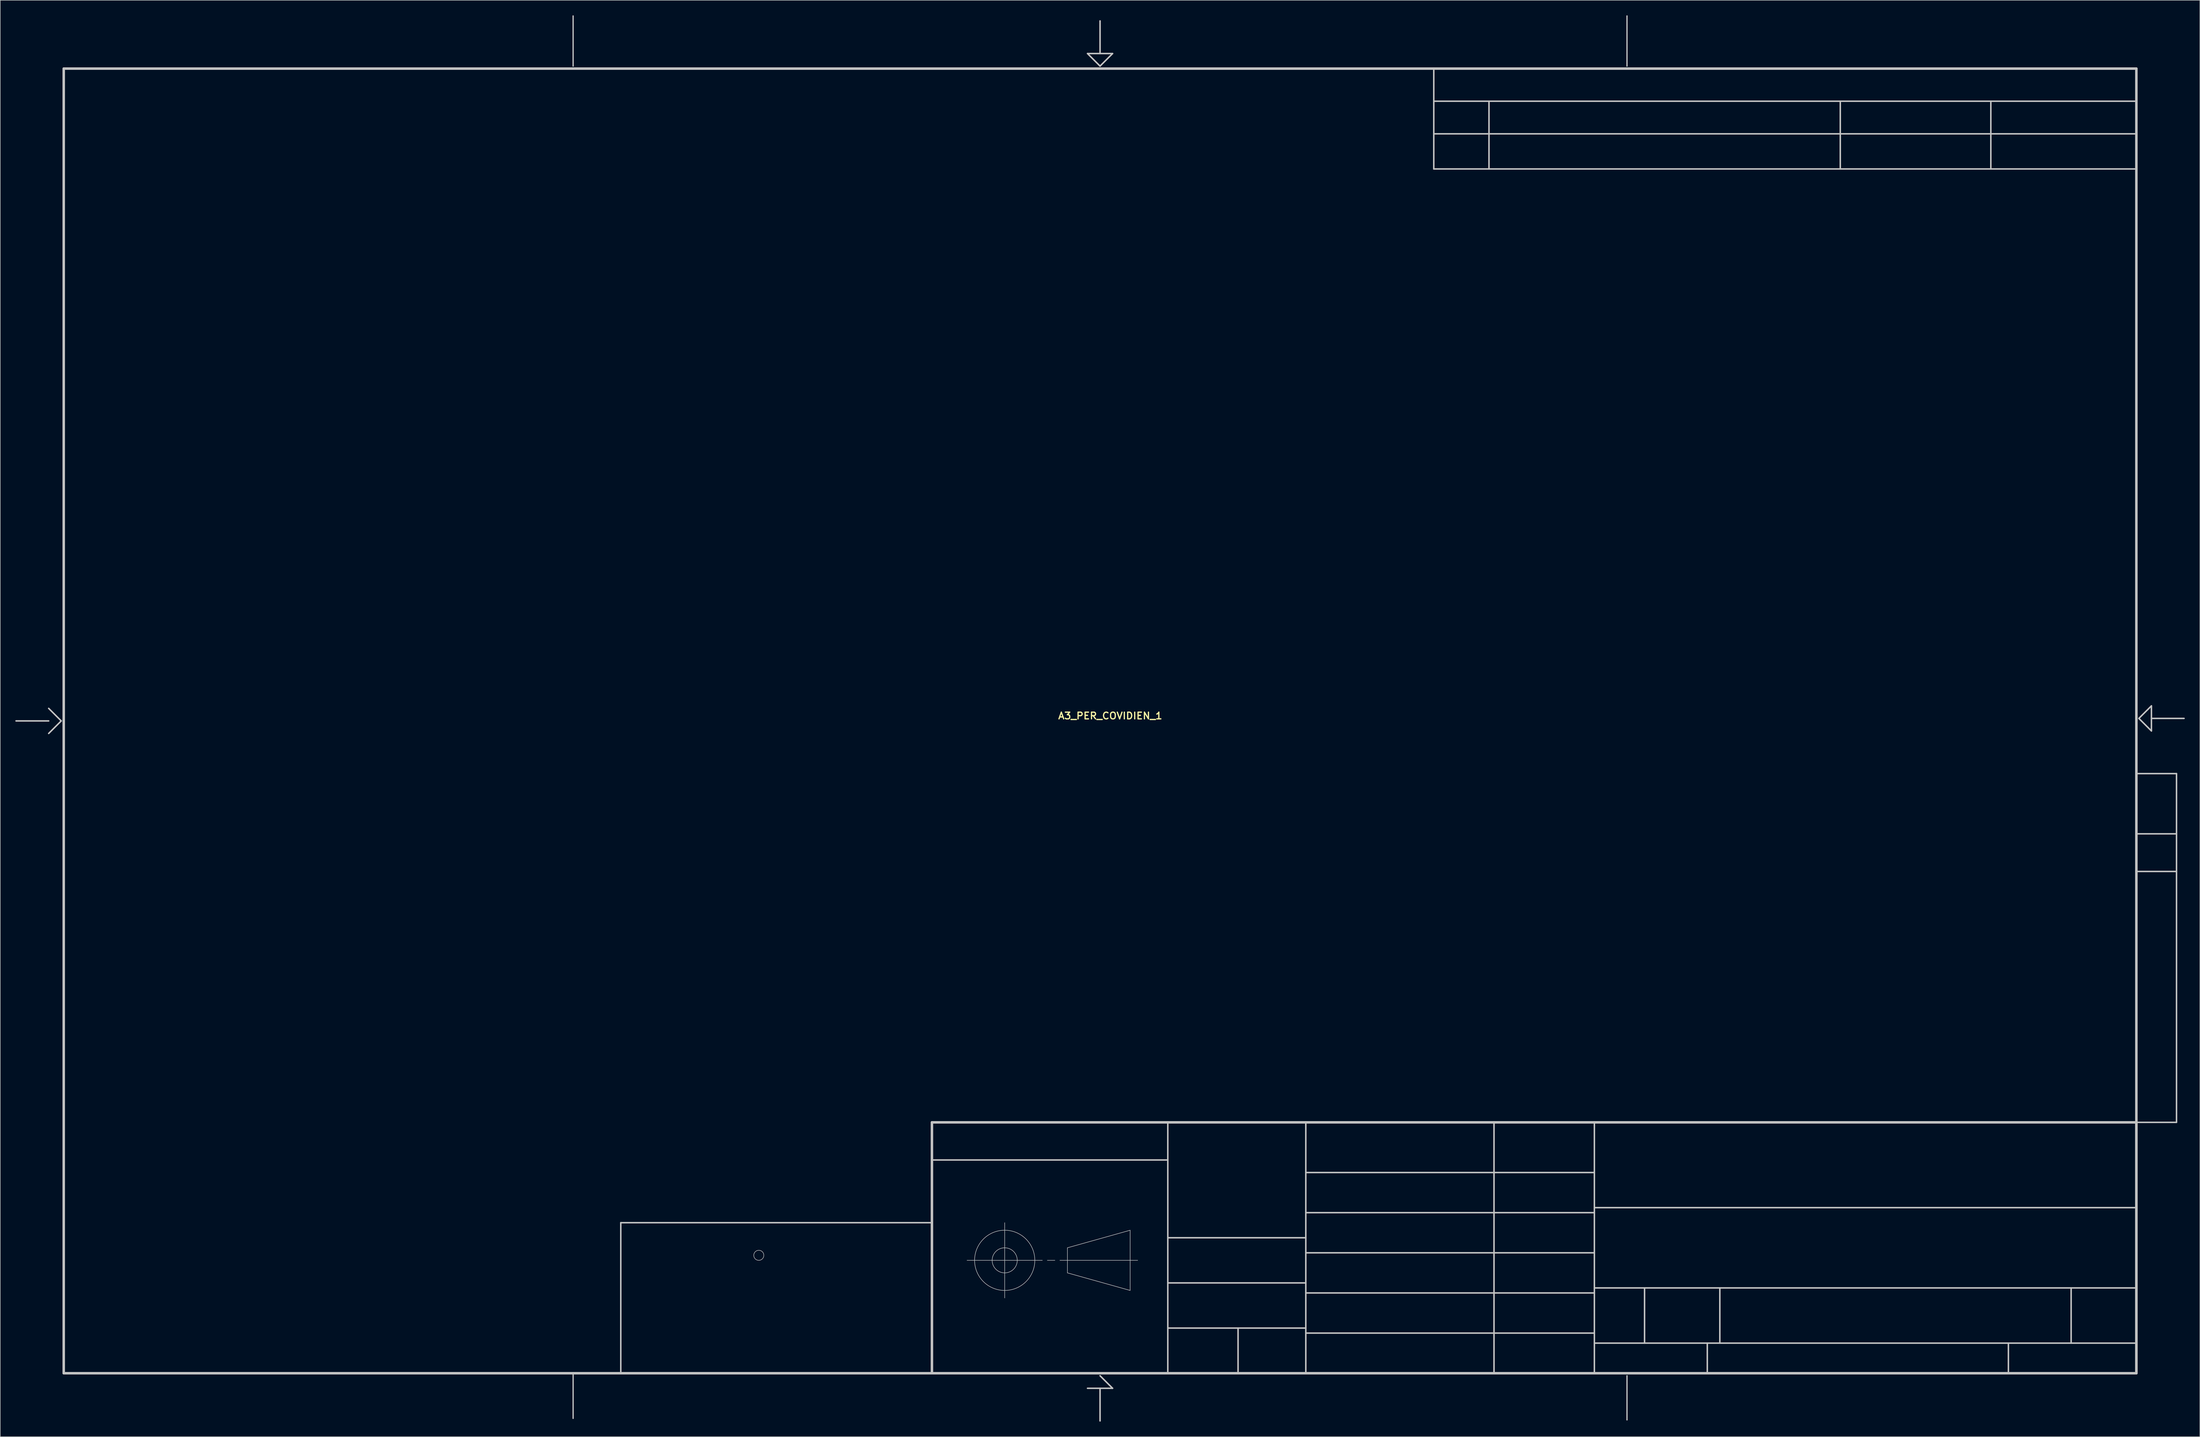
<source format=kicad_pcb>
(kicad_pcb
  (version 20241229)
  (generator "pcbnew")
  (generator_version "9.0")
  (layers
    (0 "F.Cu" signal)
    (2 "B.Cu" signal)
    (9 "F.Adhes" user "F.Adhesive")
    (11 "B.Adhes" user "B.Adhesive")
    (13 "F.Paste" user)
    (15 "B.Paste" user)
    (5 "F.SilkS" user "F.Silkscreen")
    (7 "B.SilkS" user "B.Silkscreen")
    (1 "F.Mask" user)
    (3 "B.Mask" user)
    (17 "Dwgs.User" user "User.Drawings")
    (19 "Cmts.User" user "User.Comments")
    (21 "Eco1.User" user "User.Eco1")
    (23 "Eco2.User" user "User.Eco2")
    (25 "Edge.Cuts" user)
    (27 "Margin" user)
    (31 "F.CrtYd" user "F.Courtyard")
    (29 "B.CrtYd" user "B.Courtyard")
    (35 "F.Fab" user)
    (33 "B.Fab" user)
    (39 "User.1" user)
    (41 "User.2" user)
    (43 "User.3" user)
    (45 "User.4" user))
  (footprint "A3_PER_COVIDIEN_1"
    (layer "F.Cu")
    (at 216.15 140.62)
    (property "Reference" "A3_PER_COVIDIEN_1" (at 2.032 -1.016 0) (unlocked yes) (layer "F.SilkS") (effects (font (size 1.333 1.402) (thickness 0.254))))
    (attr smd)
    (fp_line (start -216 0) (end -209.5 0) (stroke (width 0.3) (type solid)) (layer "Dwgs.User"))
    (fp_line (start -209.5 -2.5) (end -207 0) (stroke (width 0.3) (type solid)) (layer "Dwgs.User"))
    (fp_line (start -209.5 2.5) (end -207 0) (stroke (width 0.3) (type solid)) (layer "Dwgs.User"))
    (fp_line (start -206.5 -130) (end 206.5 -130) (stroke (width 0.5) (type solid)) (layer "Dwgs.User"))
    (fp_line (start -206.5 130) (end -206.5 -130) (stroke (width 0.5) (type solid)) (layer "Dwgs.User"))
    (fp_line (start -206.5 130) (end 206.5 130) (stroke (width 0.5) (type solid)) (layer "Dwgs.User"))
    (fp_line (start -105 -130.5) (end -105 -140.495) (stroke (width 0.25) (type solid)) (layer "Dwgs.User"))
    (fp_line (start -105 139) (end -105 130.199) (stroke (width 0.25) (type solid)) (layer "Dwgs.User"))
    (fp_line (start -95.5 100) (end -33.5 100) (stroke (width 0.3) (type solid)) (layer "Dwgs.User"))
    (fp_line (start -95.5 130) (end -95.5 100) (stroke (width 0.3) (type solid)) (layer "Dwgs.User"))
    (fp_line (start -95.5 130) (end -33.5 130) (stroke (width 0.3) (type solid)) (layer "Dwgs.User"))
    (fp_line (start -33.5 80) (end 206.5 80) (stroke (width 0.5) (type solid)) (layer "Dwgs.User"))
    (fp_line (start -33.5 87.5) (end 13.5 87.5) (stroke (width 0.3) (type solid)) (layer "Dwgs.User"))
    (fp_line (start -33.5 130) (end -33.5 80) (stroke (width 0.5) (type solid)) (layer "Dwgs.User"))
    (fp_line (start -33.5 130) (end -33.5 100) (stroke (width 0.3) (type solid)) (layer "Dwgs.User"))
    (fp_line (start -33.5 130) (end 206.5 130) (stroke (width 0.5) (type solid)) (layer "Dwgs.User"))
    (fp_line (start -26.5 107.5) (end -11.5 107.5) (stroke (width 0.1) (type solid)) (layer "Dwgs.User"))
    (fp_line (start -19 115) (end -19 100) (stroke (width 0.1) (type solid)) (layer "Dwgs.User"))
    (fp_line (start -10.5 107.5) (end -9 107.5) (stroke (width 0.1) (type solid)) (layer "Dwgs.User"))
    (fp_line (start -8 107.5) (end 7.5 107.5) (stroke (width 0.1) (type solid)) (layer "Dwgs.User"))
    (fp_line (start -6.5 105) (end 6 101.5) (stroke (width 0.1) (type solid)) (layer "Dwgs.User"))
    (fp_line (start -6.5 110) (end -6.5 105) (stroke (width 0.1) (type solid)) (layer "Dwgs.User"))
    (fp_line (start -6.5 110) (end 6 113.5) (stroke (width 0.1) (type solid)) (layer "Dwgs.User"))
    (fp_line (start -2.5 -133) (end 0 -130.5) (stroke (width 0.3) (type solid)) (layer "Dwgs.User"))
    (fp_line (start -2.5 -133) (end 2.5 -133) (stroke (width 0.3) (type solid)) (layer "Dwgs.User"))
    (fp_line (start -2.5 133) (end 2.5 133) (stroke (width 0.3) (type solid)) (layer "Dwgs.User"))
    (fp_line (start 0 -133) (end 0 -139.5) (stroke (width 0.3) (type solid)) (layer "Dwgs.User"))
    (fp_line (start 0 -130.5) (end 2.5 -133) (stroke (width 0.3) (type solid)) (layer "Dwgs.User"))
    (fp_line (start 0 130.5) (end 2.5 133) (stroke (width 0.3) (type solid)) (layer "Dwgs.User"))
    (fp_line (start 0 139.5) (end 0 133) (stroke (width 0.3) (type solid)) (layer "Dwgs.User"))
    (fp_line (start 6 113.5) (end 6 101.5) (stroke (width 0.1) (type solid)) (layer "Dwgs.User"))
    (fp_line (start 13.5 103) (end 41 103) (stroke (width 0.3) (type solid)) (layer "Dwgs.User"))
    (fp_line (start 13.5 112) (end 41 112) (stroke (width 0.3) (type solid)) (layer "Dwgs.User"))
    (fp_line (start 13.5 121) (end 41 121) (stroke (width 0.3) (type solid)) (layer "Dwgs.User"))
    (fp_line (start 13.5 130) (end 13.5 80) (stroke (width 0.3) (type solid)) (layer "Dwgs.User"))
    (fp_line (start 27.5 130) (end 27.5 121) (stroke (width 0.3) (type solid)) (layer "Dwgs.User"))
    (fp_line (start 41 90) (end 98.5 90) (stroke (width 0.3) (type solid)) (layer "Dwgs.User"))
    (fp_line (start 41 98) (end 98.5 98) (stroke (width 0.3) (type solid)) (layer "Dwgs.User"))
    (fp_line (start 41 106) (end 98.5 106) (stroke (width 0.3) (type solid)) (layer "Dwgs.User"))
    (fp_line (start 41 114) (end 98.5 114) (stroke (width 0.3) (type solid)) (layer "Dwgs.User"))
    (fp_line (start 41 122) (end 98.5 122) (stroke (width 0.3) (type solid)) (layer "Dwgs.User"))
    (fp_line (start 41 130) (end 41 80) (stroke (width 0.3) (type solid)) (layer "Dwgs.User"))
    (fp_line (start 66.5 -130) (end 206.5 -130) (stroke (width 0.3) (type solid)) (layer "Dwgs.User"))
    (fp_line (start 66.5 -123.5) (end 206.5 -123.5) (stroke (width 0.3) (type solid)) (layer "Dwgs.User"))
    (fp_line (start 66.5 -117) (end 206.5 -117) (stroke (width 0.3) (type solid)) (layer "Dwgs.User"))
    (fp_line (start 66.5 -110) (end 66.5 -130) (stroke (width 0.3) (type solid)) (layer "Dwgs.User"))
    (fp_line (start 66.5 -110) (end 206.5 -110) (stroke (width 0.3) (type solid)) (layer "Dwgs.User"))
    (fp_line (start 77.5 -110) (end 77.5 -123.5) (stroke (width 0.3) (type solid)) (layer "Dwgs.User"))
    (fp_line (start 78.5 130) (end 78.5 80) (stroke (width 0.3) (type solid)) (layer "Dwgs.User"))
    (fp_line (start 98.5 97) (end 206.5 97) (stroke (width 0.3) (type solid)) (layer "Dwgs.User"))
    (fp_line (start 98.5 113) (end 206.5 113) (stroke (width 0.3) (type solid)) (layer "Dwgs.User"))
    (fp_line (start 98.5 124) (end 206.5 124) (stroke (width 0.3) (type solid)) (layer "Dwgs.User"))
    (fp_line (start 98.5 130) (end 98.5 80) (stroke (width 0.3) (type solid)) (layer "Dwgs.User"))
    (fp_line (start 103.5 85) (end 108.5 85) (stroke (width 0.00003) (type solid)) (layer "Dwgs.User"))
    (fp_line (start 103.5 92.5) (end 103.5 85) (stroke (width 0.00003) (type solid)) (layer "Dwgs.User"))
    (fp_line (start 103.5 92.5) (end 108.5 92.5) (stroke (width 0.00003) (type solid)) (layer "Dwgs.User"))
    (fp_line (start 105 -130.5) (end 105 -140.495) (stroke (width 0.25) (type solid)) (layer "Dwgs.User"))
    (fp_line (start 105 139.301) (end 105 130.5) (stroke (width 0.25) (type solid)) (layer "Dwgs.User"))
    (fp_line (start 106 87.5) (end 108.5 87.5) (stroke (width 0.00003) (type solid)) (layer "Dwgs.User"))
    (fp_line (start 106 90) (end 108.5 90) (stroke (width 0.00003) (type solid)) (layer "Dwgs.User"))
    (fp_line (start 108.5 87.5) (end 108.5 85) (stroke (width 0.00003) (type solid)) (layer "Dwgs.User"))
    (fp_line (start 108.5 92.5) (end 108.5 90) (stroke (width 0.00003) (type solid)) (layer "Dwgs.User"))
    (fp_line (start 108.5 124) (end 108.5 113) (stroke (width 0.3) (type solid)) (layer "Dwgs.User"))
    (fp_line (start 111 85) (end 116 85) (stroke (width 0.00003) (type solid)) (layer "Dwgs.User"))
    (fp_line (start 111 87.5) (end 111 85) (stroke (width 0.00003) (type solid)) (layer "Dwgs.User"))
    (fp_line (start 111 90) (end 113.5 90) (stroke (width 0.00003) (type solid)) (layer "Dwgs.User"))
    (fp_line (start 111 92.5) (end 111 90) (stroke (width 0.00003) (type solid)) (layer "Dwgs.User"))
    (fp_line (start 111 92.5) (end 116 92.5) (stroke (width 0.00003) (type solid)) (layer "Dwgs.User"))
    (fp_line (start 113.5 90) (end 113.5 87.5) (stroke (width 0.00003) (type solid)) (layer "Dwgs.User"))
    (fp_line (start 116 92.5) (end 116 85) (stroke (width 0.00003) (type solid)) (layer "Dwgs.User"))
    (fp_line (start 121 130) (end 121 124) (stroke (width 0.3) (type solid)) (layer "Dwgs.User"))
    (fp_line (start 123.5 124) (end 123.5 113) (stroke (width 0.3) (type solid)) (layer "Dwgs.User"))
    (fp_line (start 147.5 -110) (end 147.5 -123.5) (stroke (width 0.3) (type solid)) (layer "Dwgs.User"))
    (fp_line (start 177.5 -110) (end 177.5 -123.5) (stroke (width 0.3) (type solid)) (layer "Dwgs.User"))
    (fp_line (start 181 130) (end 181 124) (stroke (width 0.3) (type solid)) (layer "Dwgs.User"))
    (fp_line (start 193.5 124) (end 193.5 113) (stroke (width 0.3) (type solid)) (layer "Dwgs.User"))
    (fp_line (start 206.5 -110) (end 206.5 -130) (stroke (width 0.3) (type solid)) (layer "Dwgs.User"))
    (fp_line (start 206.5 10.5) (end 214.5 10.5) (stroke (width 0.3) (type solid)) (layer "Dwgs.User"))
    (fp_line (start 206.5 22.5) (end 214.5 22.5) (stroke (width 0.3) (type solid)) (layer "Dwgs.User"))
    (fp_line (start 206.5 30) (end 214.5 30) (stroke (width 0.3) (type solid)) (layer "Dwgs.User"))
    (fp_line (start 206.5 80) (end 206.5 10.5) (stroke (width 0.3) (type solid)) (layer "Dwgs.User"))
    (fp_line (start 206.5 80) (end 214.5 80) (stroke (width 0.3) (type solid)) (layer "Dwgs.User"))
    (fp_line (start 206.5 130) (end 206.5 -130) (stroke (width 0.5) (type solid)) (layer "Dwgs.User"))
    (fp_line (start 206.5 130) (end 206.5 80) (stroke (width 0.5) (type solid)) (layer "Dwgs.User"))
    (fp_line (start 207 -0.5) (end 209.5 -3) (stroke (width 0.3) (type solid)) (layer "Dwgs.User"))
    (fp_line (start 207 -0.5) (end 209.5 2) (stroke (width 0.3) (type solid)) (layer "Dwgs.User"))
    (fp_line (start 209.5 -0.5) (end 216 -0.5) (stroke (width 0.3) (type solid)) (layer "Dwgs.User"))
    (fp_line (start 209.5 2) (end 209.5 -3) (stroke (width 0.3) (type solid)) (layer "Dwgs.User"))
    (fp_line (start 214.5 80) (end 214.5 10.5) (stroke (width 0.3) (type solid)) (layer "Dwgs.User"))
    (fp_circle (center -68 106.5) (end -67 106.5) (stroke (width 0.1) (type solid)) (fill no) (layer "Dwgs.User"))
    (fp_circle (center -19 107.5) (end -16.5 107.5) (stroke (width 0.1) (type solid)) (fill no) (layer "Dwgs.User"))
    (fp_circle (center -19 107.5) (end -13 107.5) (stroke (width 0.1) (type solid)) (fill no) (layer "Dwgs.User")))
  (gr_rect
    (start -3 -3)
    (end 435.3 283.27)
    (stroke (width 0.1) (type default))
    (fill no)
    (layer "Edge.Cuts")))
</source>
